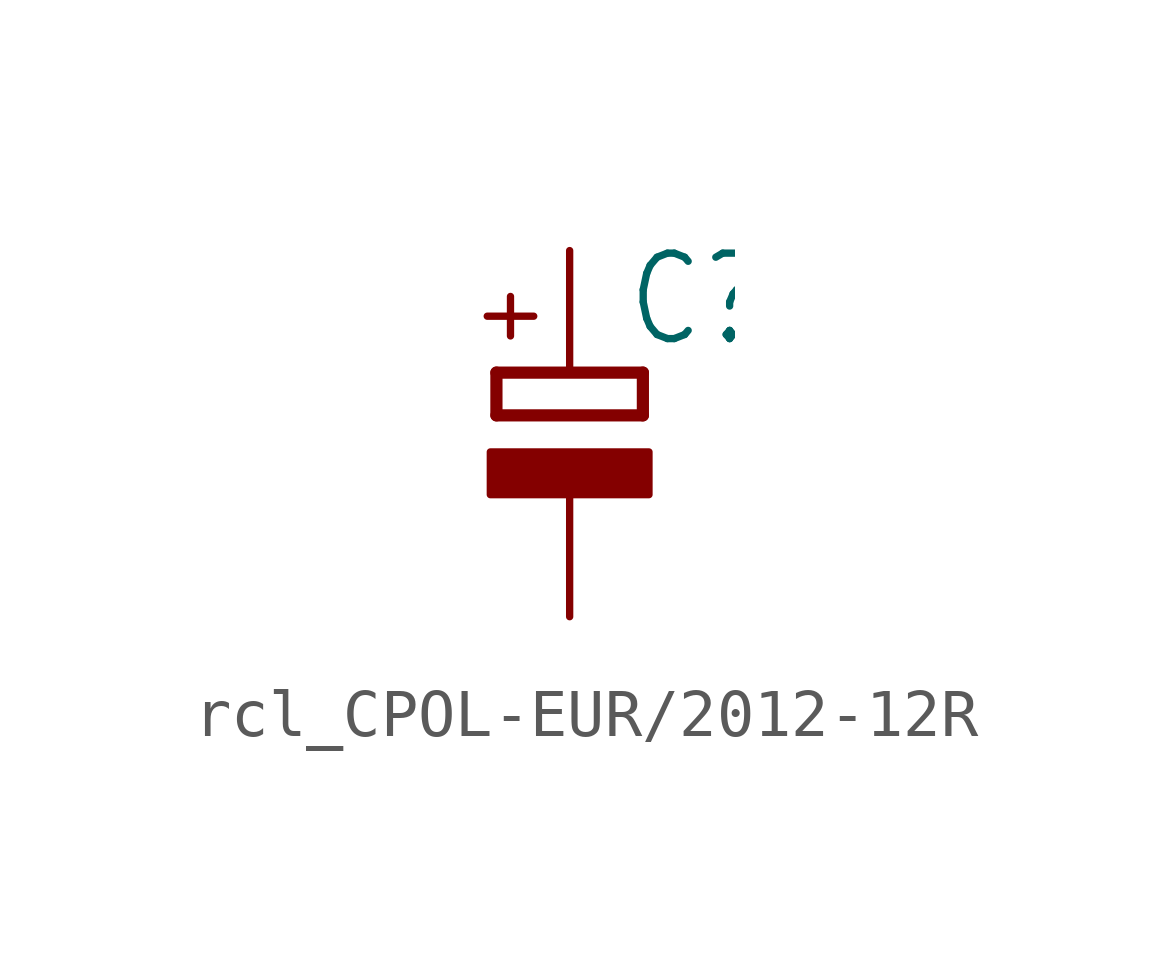
<source format=kicad_sym>
(kicad_symbol_lib
  (version 20241209)
  (generator "kicad_symbol_editor")
  (generator_version "9.0")
  (symbol "rcl_CPOL-EUR/2012-12R"
    (property "Reference" "C"
      (at 1.143 0.483 0)
      (effects (font (size 1.778 1.511)) (justify left bottom)))
    (property "Value" ""
      (at 1.143 -4.597 0)
      (effects (font (size 1.778 1.511)) (justify left bottom)))
    (property "ki_locked" ""
      (at 0 0 0)
      (effects (font (size 1.27 1.27))))
    (symbol "rcl_CPOL-EUR/2012-12R_1_0"
      (rectangle (start -1.651 -2.54) (end 1.651 -1.651) (stroke (width 0) (type default)) (fill (type outline)))
      (polyline (pts (xy -1.524 0) (xy -1.524 -0.889)) (stroke (width 0.254) (type solid)) (fill (type none)))
      (polyline (pts (xy -1.524 0) (xy 1.524 0)) (stroke (width 0.254) (type solid)) (fill (type none)))
      (polyline (pts (xy -1.524 -0.889) (xy 1.524 -0.889)) (stroke (width 0.254) (type solid)) (fill (type none)))
      (polyline (pts (xy 1.524 -0.889) (xy 1.524 0)) (stroke (width 0.254) (type solid)) (fill (type none)))
      (text "+" (at -0.584 0.406 900) (effects (font (size 1.27 1.079)) (justify left bottom)))
      (pin passive line (at 0 2.54 270) (length 2.54) (name "+" (effects (font (size 0 0)))) (number "+" (effects (font (size 0 0)))))
      (pin passive line (at 0 -5.08 90) (length 2.54) (name "-" (effects (font (size 0 0)))) (number "-" (effects (font (size 0 0))))))))
</source>
